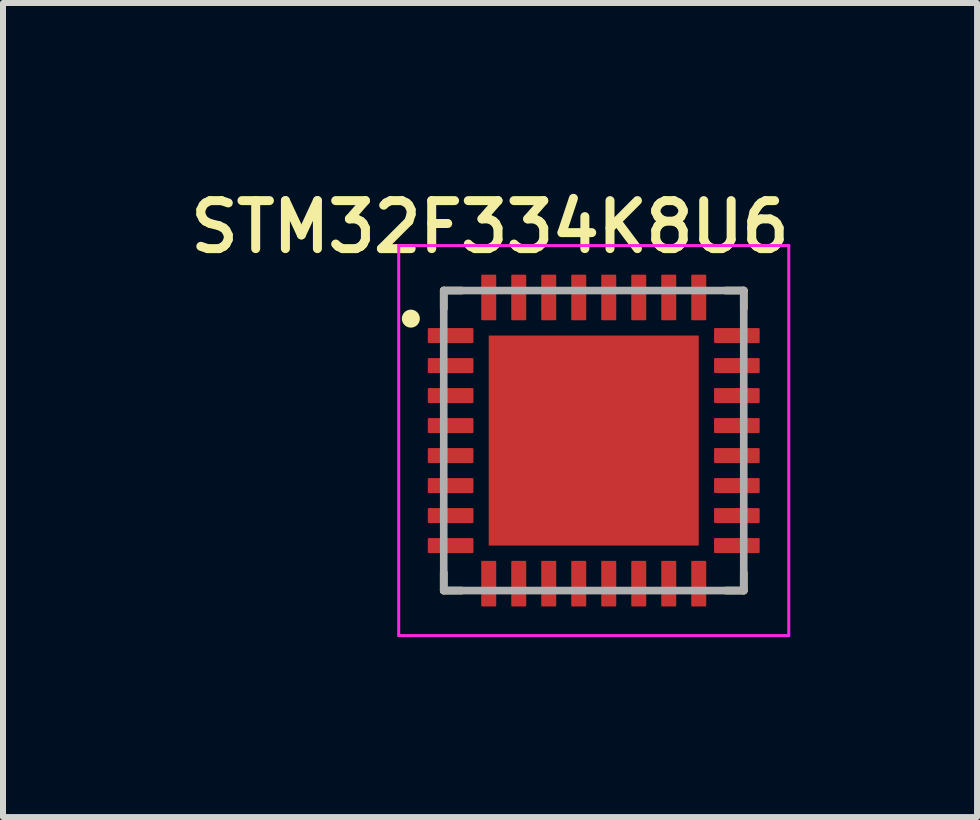
<source format=kicad_pcb>
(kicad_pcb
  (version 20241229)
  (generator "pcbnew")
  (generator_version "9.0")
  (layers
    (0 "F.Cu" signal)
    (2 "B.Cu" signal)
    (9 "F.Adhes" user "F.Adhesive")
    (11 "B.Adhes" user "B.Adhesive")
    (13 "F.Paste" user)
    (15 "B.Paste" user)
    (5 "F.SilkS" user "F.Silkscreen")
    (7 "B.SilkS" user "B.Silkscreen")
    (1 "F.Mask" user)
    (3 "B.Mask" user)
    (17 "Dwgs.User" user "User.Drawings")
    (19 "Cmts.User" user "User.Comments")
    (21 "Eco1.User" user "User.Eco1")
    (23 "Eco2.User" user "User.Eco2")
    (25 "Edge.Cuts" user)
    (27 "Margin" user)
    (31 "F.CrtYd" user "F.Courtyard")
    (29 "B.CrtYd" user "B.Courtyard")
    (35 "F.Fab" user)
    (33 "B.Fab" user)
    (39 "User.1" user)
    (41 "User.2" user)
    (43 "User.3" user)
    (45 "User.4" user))
  (footprint "STM32F334K8U6"
    (layer "F.Cu")
    (at 6.845 4.292)
    (property "Reference" "STM32F334K8U6" (at -1.729 -3.561 0) (layer "F.SilkS") (effects (font (size 0.8 0.8) (thickness 0.15))))
    (attr through_hole)
    (fp_line (start -2.5 -2.5) (end -2.5 -2.2) (stroke (width 0.127) (type solid)) (layer "F.SilkS"))
    (fp_line (start -2.5 -2.5) (end -2.2 -2.5) (stroke (width 0.127) (type solid)) (layer "F.SilkS"))
    (fp_line (start -2.5 2.5) (end -2.5 2.2) (stroke (width 0.127) (type solid)) (layer "F.SilkS"))
    (fp_line (start -2.5 2.5) (end -2.2 2.5) (stroke (width 0.127) (type solid)) (layer "F.SilkS"))
    (fp_line (start 2.5 -2.5) (end 2.2 -2.5) (stroke (width 0.127) (type solid)) (layer "F.SilkS"))
    (fp_line (start 2.5 -2.5) (end 2.5 -2.2) (stroke (width 0.127) (type solid)) (layer "F.SilkS"))
    (fp_line (start 2.5 2.5) (end 2.2 2.5) (stroke (width 0.127) (type solid)) (layer "F.SilkS"))
    (fp_line (start 2.5 2.5) (end 2.5 2.2) (stroke (width 0.127) (type solid)) (layer "F.SilkS"))
    (fp_circle (center -3.048 -2.032) (end -2.898 -2.032) (stroke (width 0) (type solid)) (fill yes) (layer "F.SilkS"))
    (fp_poly (pts (xy -1.103 -1.1) (xy 1.1 -1.1) (xy 1.1 1.103) (xy -1.103 1.103)) (stroke (width 0.01) (type solid)) (fill yes) (layer "F.Paste"))
    (fp_line (start -3.25 -3.25) (end 3.25 -3.25) (stroke (width 0.05) (type solid)) (layer "F.CrtYd"))
    (fp_line (start -3.25 3.25) (end -3.25 -3.25) (stroke (width 0.05) (type solid)) (layer "F.CrtYd"))
    (fp_line (start 3.25 -3.25) (end 3.25 3.25) (stroke (width 0.05) (type solid)) (layer "F.CrtYd"))
    (fp_line (start 3.25 3.25) (end -3.25 3.25) (stroke (width 0.05) (type solid)) (layer "F.CrtYd"))
    (fp_line (start -2.5 -2.5) (end 2.5 -2.5) (stroke (width 0.127) (type solid)) (layer "F.Fab"))
    (fp_line (start -2.5 2.5) (end -2.5 -2.5) (stroke (width 0.127) (type solid)) (layer "F.Fab"))
    (fp_line (start 2.5 -2.5) (end 2.5 2.5) (stroke (width 0.127) (type solid)) (layer "F.Fab"))
    (fp_line (start 2.5 2.5) (end -2.5 2.5) (stroke (width 0.127) (type solid)) (layer "F.Fab"))
    (pad "1" smd roundrect (at -2.385 -1.75) (size 0.76 0.25) (layers "F.Cu" "F.Mask" "F.Paste") (roundrect_rratio 0.07))
    (pad "2" smd roundrect (at -2.385 -1.25) (size 0.76 0.25) (layers "F.Cu" "F.Mask" "F.Paste") (roundrect_rratio 0.07))
    (pad "3" smd roundrect (at -2.385 -0.75) (size 0.76 0.25) (layers "F.Cu" "F.Mask" "F.Paste") (roundrect_rratio 0.07))
    (pad "4" smd roundrect (at -2.385 -0.25) (size 0.76 0.25) (layers "F.Cu" "F.Mask" "F.Paste") (roundrect_rratio 0.07))
    (pad "5" smd roundrect (at -2.385 0.25) (size 0.76 0.25) (layers "F.Cu" "F.Mask" "F.Paste") (roundrect_rratio 0.07))
    (pad "6" smd roundrect (at -2.385 0.75) (size 0.76 0.25) (layers "F.Cu" "F.Mask" "F.Paste") (roundrect_rratio 0.07))
    (pad "7" smd roundrect (at -2.385 1.25) (size 0.76 0.25) (layers "F.Cu" "F.Mask" "F.Paste") (roundrect_rratio 0.07))
    (pad "8" smd roundrect (at -2.385 1.75) (size 0.76 0.25) (layers "F.Cu" "F.Mask" "F.Paste") (roundrect_rratio 0.07))
    (pad "9" smd roundrect (at -1.75 2.385 90) (size 0.76 0.25) (layers "F.Cu" "F.Mask" "F.Paste") (roundrect_rratio 0.07))
    (pad "10" smd roundrect (at -1.25 2.385 90) (size 0.76 0.25) (layers "F.Cu" "F.Mask" "F.Paste") (roundrect_rratio 0.07))
    (pad "11" smd roundrect (at -0.75 2.385 90) (size 0.76 0.25) (layers "F.Cu" "F.Mask" "F.Paste") (roundrect_rratio 0.07))
    (pad "12" smd roundrect (at -0.25 2.385 90) (size 0.76 0.25) (layers "F.Cu" "F.Mask" "F.Paste") (roundrect_rratio 0.07))
    (pad "13" smd roundrect (at 0.25 2.385 90) (size 0.76 0.25) (layers "F.Cu" "F.Mask" "F.Paste") (roundrect_rratio 0.07))
    (pad "14" smd roundrect (at 0.75 2.385 90) (size 0.76 0.25) (layers "F.Cu" "F.Mask" "F.Paste") (roundrect_rratio 0.07))
    (pad "15" smd roundrect (at 1.25 2.385 90) (size 0.76 0.25) (layers "F.Cu" "F.Mask" "F.Paste") (roundrect_rratio 0.07))
    (pad "16" smd roundrect (at 1.75 2.385 90) (size 0.76 0.25) (layers "F.Cu" "F.Mask" "F.Paste") (roundrect_rratio 0.07))
    (pad "17" smd roundrect (at 2.385 1.75 180) (size 0.76 0.25) (layers "F.Cu" "F.Mask" "F.Paste") (roundrect_rratio 0.07))
    (pad "18" smd roundrect (at 2.385 1.25 180) (size 0.76 0.25) (layers "F.Cu" "F.Mask" "F.Paste") (roundrect_rratio 0.07))
    (pad "19" smd roundrect (at 2.385 0.75 180) (size 0.76 0.25) (layers "F.Cu" "F.Mask" "F.Paste") (roundrect_rratio 0.07))
    (pad "20" smd roundrect (at 2.385 0.25 180) (size 0.76 0.25) (layers "F.Cu" "F.Mask" "F.Paste") (roundrect_rratio 0.07))
    (pad "21" smd roundrect (at 2.385 -0.25 180) (size 0.76 0.25) (layers "F.Cu" "F.Mask" "F.Paste") (roundrect_rratio 0.07))
    (pad "22" smd roundrect (at 2.385 -0.75 180) (size 0.76 0.25) (layers "F.Cu" "F.Mask" "F.Paste") (roundrect_rratio 0.07))
    (pad "23" smd roundrect (at 2.385 -1.25 180) (size 0.76 0.25) (layers "F.Cu" "F.Mask" "F.Paste") (roundrect_rratio 0.07))
    (pad "24" smd roundrect (at 2.385 -1.75 180) (size 0.76 0.25) (layers "F.Cu" "F.Mask" "F.Paste") (roundrect_rratio 0.07))
    (pad "25" smd roundrect (at 1.75 -2.385 270) (size 0.76 0.25) (layers "F.Cu" "F.Mask" "F.Paste") (roundrect_rratio 0.07))
    (pad "26" smd roundrect (at 1.25 -2.385 270) (size 0.76 0.25) (layers "F.Cu" "F.Mask" "F.Paste") (roundrect_rratio 0.07))
    (pad "27" smd roundrect (at 0.75 -2.385 270) (size 0.76 0.25) (layers "F.Cu" "F.Mask" "F.Paste") (roundrect_rratio 0.07))
    (pad "28" smd roundrect (at 0.25 -2.385 270) (size 0.76 0.25) (layers "F.Cu" "F.Mask" "F.Paste") (roundrect_rratio 0.07))
    (pad "29" smd roundrect (at -0.25 -2.385 270) (size 0.76 0.25) (layers "F.Cu" "F.Mask" "F.Paste") (roundrect_rratio 0.07))
    (pad "30" smd roundrect (at -0.75 -2.385 270) (size 0.76 0.25) (layers "F.Cu" "F.Mask" "F.Paste") (roundrect_rratio 0.07))
    (pad "31" smd roundrect (at -1.25 -2.385 270) (size 0.76 0.25) (layers "F.Cu" "F.Mask" "F.Paste") (roundrect_rratio 0.07))
    (pad "32" smd roundrect (at -1.75 -2.385 270) (size 0.76 0.25) (layers "F.Cu" "F.Mask" "F.Paste") (roundrect_rratio 0.07))
    (pad "33" smd rect (at 0 0) (size 3.5 3.5) (layers "F.Cu" "F.Mask")))
  (gr_rect
    (start -3 -3)
    (end 13.233 10.567)
    (stroke (width 0.1) (type default))
    (fill no)
    (layer "Edge.Cuts")))
</source>
